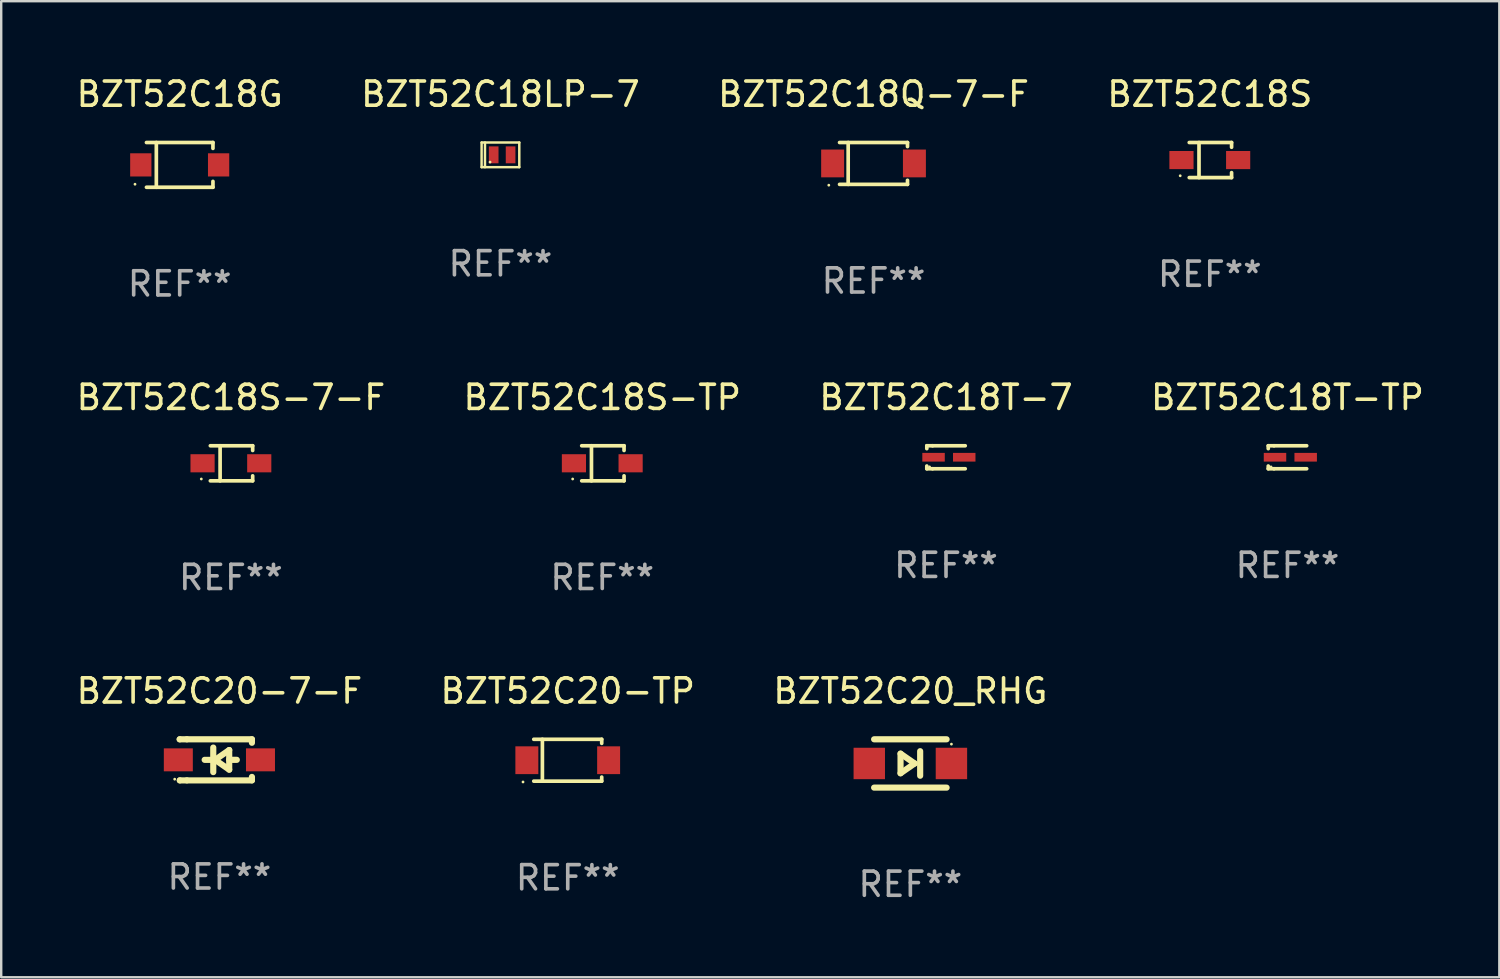
<source format=kicad_pcb>
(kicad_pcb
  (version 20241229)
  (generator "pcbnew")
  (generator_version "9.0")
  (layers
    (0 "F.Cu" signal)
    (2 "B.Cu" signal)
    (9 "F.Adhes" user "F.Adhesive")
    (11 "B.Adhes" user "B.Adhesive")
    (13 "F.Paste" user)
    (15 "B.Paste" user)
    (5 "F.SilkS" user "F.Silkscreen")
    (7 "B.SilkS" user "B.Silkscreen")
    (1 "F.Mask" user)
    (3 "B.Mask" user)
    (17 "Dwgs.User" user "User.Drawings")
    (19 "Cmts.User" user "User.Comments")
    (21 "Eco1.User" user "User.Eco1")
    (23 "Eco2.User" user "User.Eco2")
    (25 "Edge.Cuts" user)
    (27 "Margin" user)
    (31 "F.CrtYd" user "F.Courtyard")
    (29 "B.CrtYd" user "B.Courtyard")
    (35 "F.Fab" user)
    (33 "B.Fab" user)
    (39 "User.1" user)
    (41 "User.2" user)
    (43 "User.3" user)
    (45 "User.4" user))
  (footprint "BZT52C18LP-7"
    (layer "F.Cu")
    (at 17.661 3.358)
    (property "Reference" "BZT52C18LP-7" (at 0 -2.51 0) (layer "F.SilkS") (effects (font (size 1 1) (thickness 0.15))))
    (attr through_hole)
    (fp_line (start -0.78 -0.51) (end -0.78 0.51) (stroke (width 0.102) (type solid)) (layer "F.SilkS"))
    (fp_line (start -0.78 -0.51) (end 0.78 -0.51) (stroke (width 0.102) (type solid)) (layer "F.SilkS"))
    (fp_line (start -0.78 0.51) (end 0.78 0.51) (stroke (width 0.102) (type solid)) (layer "F.SilkS"))
    (fp_line (start -0.64 -0.51) (end -0.64 0.51) (stroke (width 0.102) (type solid)) (layer "F.SilkS"))
    (fp_line (start 0.78 -0.51) (end 0.78 0.51) (stroke (width 0.102) (type solid)) (layer "F.SilkS"))
    (fp_circle (center -0.43 0.3) (end -0.4 0.3) (stroke (width 0.06) (type solid)) (fill no) (layer "F.SilkS"))
    (fp_text user "REF**" (at 0 4.51 0) (layer "F.Fab") (effects (font (size 1 1) (thickness 0.15))))
    (pad "1" smd rect (at -0.28 0) (size 0.4 0.7) (layers "F.Cu" "F.Mask" "F.Paste"))
    (pad "2" smd rect (at 0.42 0) (size 0.4 0.7) (layers "F.Cu" "F.Mask" "F.Paste")))
  (footprint "BZT52C18S"
    (layer "F.Cu")
    (at 47.018 3.574)
    (property "Reference" "BZT52C18S" (at 0 -2.726 0) (layer "F.SilkS") (effects (font (size 1 1) (thickness 0.15))))
    (attr through_hole)
    (fp_line (start -0.851 -0.726) (end 0.901 -0.726) (stroke (width 0.152) (type solid)) (layer "F.SilkS"))
    (fp_line (start -0.851 0.726) (end 0.901 0.726) (stroke (width 0.152) (type solid)) (layer "F.SilkS"))
    (fp_line (start -0.447 -0.726) (end -0.447 0.726) (stroke (width 0.152) (type solid)) (layer "F.SilkS"))
    (fp_line (start 0.901 -0.726) (end 0.901 -0.53) (stroke (width 0.152) (type solid)) (layer "F.SilkS"))
    (fp_line (start 0.901 0.726) (end 0.901 0.52) (stroke (width 0.152) (type solid)) (layer "F.SilkS"))
    (fp_circle (center -1.225 0.65) (end -1.195 0.65) (stroke (width 0.06) (type solid)) (fill no) (layer "F.SilkS"))
    (fp_text user "REF**" (at 0 4.726 0) (layer "F.Fab") (effects (font (size 1 1) (thickness 0.15))))
    (pad "1" smd rect (at -1.173 0) (size 1 0.75) (layers "F.Cu" "F.Mask" "F.Paste"))
    (pad "2" smd rect (at 1.173 0) (size 1 0.75) (layers "F.Cu" "F.Mask" "F.Paste")))
  (footprint "BZT52C18Q-7-F"
    (layer "F.Cu")
    (at 33.101 3.714)
    (property "Reference" "BZT52C18Q-7-F" (at 0 -2.866 0) (layer "F.SilkS") (effects (font (size 1 1) (thickness 0.15))))
    (attr through_hole)
    (fp_line (start -1.406 -0.866) (end 1.406 -0.866) (stroke (width 0.152) (type solid)) (layer "F.SilkS"))
    (fp_line (start -1.406 0.866) (end 1.406 0.866) (stroke (width 0.152) (type solid)) (layer "F.SilkS"))
    (fp_line (start -1.049 -0.866) (end -1.049 0.866) (stroke (width 0.152) (type solid)) (layer "F.SilkS"))
    (fp_line (start 1.406 -0.866) (end 1.406 -0.698) (stroke (width 0.152) (type solid)) (layer "F.SilkS"))
    (fp_line (start 1.406 0.866) (end 1.406 0.698) (stroke (width 0.152) (type solid)) (layer "F.SilkS"))
    (fp_circle (center -1.851 0.9) (end -1.821 0.9) (stroke (width 0.06) (type solid)) (fill no) (layer "F.SilkS"))
    (fp_text user "REF**" (at 0 4.866 0) (layer "F.Fab") (effects (font (size 1 1) (thickness 0.15))))
    (pad "1" smd rect (at -1.692 0) (size 0.95 1.15) (layers "F.Cu" "F.Mask" "F.Paste"))
    (pad "2" smd rect (at 1.692 0) (size 0.95 1.15) (layers "F.Cu" "F.Mask" "F.Paste")))
  (footprint "BZT52C18S-7-F"
    (layer "F.Cu")
    (at 6.506 16.123)
    (property "Reference" "BZT52C18S-7-F" (at 0 -2.726 0) (layer "F.SilkS") (effects (font (size 1 1) (thickness 0.15))))
    (attr through_hole)
    (fp_line (start -0.851 -0.726) (end 0.901 -0.726) (stroke (width 0.152) (type solid)) (layer "F.SilkS"))
    (fp_line (start -0.851 0.726) (end 0.901 0.726) (stroke (width 0.152) (type solid)) (layer "F.SilkS"))
    (fp_line (start -0.447 -0.726) (end -0.447 0.726) (stroke (width 0.152) (type solid)) (layer "F.SilkS"))
    (fp_line (start 0.901 -0.726) (end 0.901 -0.53) (stroke (width 0.152) (type solid)) (layer "F.SilkS"))
    (fp_line (start 0.901 0.726) (end 0.901 0.52) (stroke (width 0.152) (type solid)) (layer "F.SilkS"))
    (fp_circle (center -1.225 0.65) (end -1.195 0.65) (stroke (width 0.06) (type solid)) (fill no) (layer "F.SilkS"))
    (fp_text user "REF**" (at 0 4.726 0) (layer "F.Fab") (effects (font (size 1 1) (thickness 0.15))))
    (pad "1" smd rect (at -1.173 0) (size 1 0.75) (layers "F.Cu" "F.Mask" "F.Paste"))
    (pad "2" smd rect (at 1.173 0) (size 1 0.75) (layers "F.Cu" "F.Mask" "F.Paste")))
  (footprint "BZT52C18G"
    (layer "F.Cu")
    (at 4.387 3.774)
    (property "Reference" "BZT52C18G" (at 0 -2.926 0) (layer "F.SilkS") (effects (font (size 1 1) (thickness 0.15))))
    (attr through_hole)
    (fp_line (start -1.376 -0.926) (end 1.376 -0.926) (stroke (width 0.152) (type solid)) (layer "F.SilkS"))
    (fp_line (start -1.376 0.926) (end 1.376 0.926) (stroke (width 0.152) (type solid)) (layer "F.SilkS"))
    (fp_line (start -0.967 -0.926) (end -0.967 0.926) (stroke (width 0.152) (type solid)) (layer "F.SilkS"))
    (fp_line (start 1.376 -0.926) (end 1.376 -0.683) (stroke (width 0.152) (type solid)) (layer "F.SilkS"))
    (fp_line (start 1.376 0.926) (end 1.376 0.683) (stroke (width 0.152) (type solid)) (layer "F.SilkS"))
    (fp_circle (center -1.85 0.8) (end -1.82 0.8) (stroke (width 0.06) (type solid)) (fill no) (layer "F.SilkS"))
    (fp_text user "REF**" (at 0 4.926 0) (layer "F.Fab") (effects (font (size 1 1) (thickness 0.15))))
    (pad "1" smd rect (at -1.61 0) (size 0.88 0.96) (layers "F.Cu" "F.Mask" "F.Paste"))
    (pad "2" smd rect (at 1.61 0) (size 0.88 0.96) (layers "F.Cu" "F.Mask" "F.Paste")))
  (footprint "BZT52C18T-7"
    (layer "F.Cu")
    (at 36.101 15.873)
    (property "Reference" "BZT52C18T-7" (at 0 -2.476 0) (layer "F.SilkS") (effects (font (size 1 1) (thickness 0.15))))
    (attr through_hole)
    (fp_line (start -0.795 -0.476) (end -0.795 -0.356) (stroke (width 0.152) (type solid)) (layer "F.SilkS"))
    (fp_line (start -0.795 0.363) (end -0.795 0.476) (stroke (width 0.152) (type solid)) (layer "F.SilkS"))
    (fp_line (start -0.795 0.476) (end -0.557 0.476) (stroke (width 0.152) (type solid)) (layer "F.SilkS"))
    (fp_line (start -0.557 -0.476) (end -0.795 -0.476) (stroke (width 0.152) (type solid)) (layer "F.SilkS"))
    (fp_line (start -0.557 -0.476) (end 0.795 -0.476) (stroke (width 0.152) (type solid)) (layer "F.SilkS"))
    (fp_line (start -0.557 0.476) (end 0.795 0.476) (stroke (width 0.152) (type solid)) (layer "F.SilkS"))
    (fp_circle (center -0.681 0.4) (end -0.651 0.4) (stroke (width 0.06) (type solid)) (fill no) (layer "F.SilkS"))
    (fp_text user "REF**" (at 0 4.476 0) (layer "F.Fab") (effects (font (size 1 1) (thickness 0.15))))
    (pad "1" smd rect (at -0.516 0 180) (size 0.93 0.36) (layers "F.Cu" "F.Mask" "F.Paste"))
    (pad "2" smd rect (at 0.754 0 180) (size 0.93 0.36) (layers "F.Cu" "F.Mask" "F.Paste")))
  (footprint "BZT52C18T-TP"
    (layer "F.Cu")
    (at 50.232 15.873)
    (property "Reference" "BZT52C18T-TP" (at 0 -2.476 0) (layer "F.SilkS") (effects (font (size 1 1) (thickness 0.15))))
    (attr through_hole)
    (fp_line (start -0.795 -0.476) (end -0.795 -0.356) (stroke (width 0.152) (type solid)) (layer "F.SilkS"))
    (fp_line (start -0.795 0.363) (end -0.795 0.476) (stroke (width 0.152) (type solid)) (layer "F.SilkS"))
    (fp_line (start -0.795 0.476) (end -0.557 0.476) (stroke (width 0.152) (type solid)) (layer "F.SilkS"))
    (fp_line (start -0.557 -0.476) (end -0.795 -0.476) (stroke (width 0.152) (type solid)) (layer "F.SilkS"))
    (fp_line (start -0.557 -0.476) (end 0.795 -0.476) (stroke (width 0.152) (type solid)) (layer "F.SilkS"))
    (fp_line (start -0.557 0.476) (end 0.795 0.476) (stroke (width 0.152) (type solid)) (layer "F.SilkS"))
    (fp_circle (center -0.681 0.4) (end -0.651 0.4) (stroke (width 0.06) (type solid)) (fill no) (layer "F.SilkS"))
    (fp_text user "REF**" (at 0 4.476 0) (layer "F.Fab") (effects (font (size 1 1) (thickness 0.15))))
    (pad "1" smd rect (at -0.516 0 180) (size 0.93 0.36) (layers "F.Cu" "F.Mask" "F.Paste"))
    (pad "2" smd rect (at 0.754 0 180) (size 0.93 0.36) (layers "F.Cu" "F.Mask" "F.Paste")))
  (footprint "BZT52C18S-TP"
    (layer "F.Cu")
    (at 21.875 16.123)
    (property "Reference" "BZT52C18S-TP" (at 0 -2.726 0) (layer "F.SilkS") (effects (font (size 1 1) (thickness 0.15))))
    (attr through_hole)
    (fp_line (start -0.851 -0.726) (end 0.901 -0.726) (stroke (width 0.152) (type solid)) (layer "F.SilkS"))
    (fp_line (start -0.851 0.726) (end 0.901 0.726) (stroke (width 0.152) (type solid)) (layer "F.SilkS"))
    (fp_line (start -0.447 -0.726) (end -0.447 0.726) (stroke (width 0.152) (type solid)) (layer "F.SilkS"))
    (fp_line (start 0.901 -0.726) (end 0.901 -0.53) (stroke (width 0.152) (type solid)) (layer "F.SilkS"))
    (fp_line (start 0.901 0.726) (end 0.901 0.52) (stroke (width 0.152) (type solid)) (layer "F.SilkS"))
    (fp_circle (center -1.225 0.65) (end -1.195 0.65) (stroke (width 0.06) (type solid)) (fill no) (layer "F.SilkS"))
    (fp_text user "REF**" (at 0 4.726 0) (layer "F.Fab") (effects (font (size 1 1) (thickness 0.15))))
    (pad "1" smd rect (at -1.173 0) (size 1 0.75) (layers "F.Cu" "F.Mask" "F.Paste"))
    (pad "2" smd rect (at 1.173 0) (size 1 0.75) (layers "F.Cu" "F.Mask" "F.Paste")))
  (footprint "BZT52C20-7-F"
    (layer "F.Cu")
    (at 6.03 28.396)
    (property "Reference" "BZT52C20-7-F" (at 0 -2.85 0) (layer "F.SilkS") (effects (font (size 1 1) (thickness 0.15))))
    (attr through_hole)
    (fp_line (start -1.643 -0.85) (end -1.644 -0.849) (stroke (width 0.254) (type solid)) (layer "F.SilkS"))
    (fp_line (start -1.638 0.85) (end -1.639 0.849) (stroke (width 0.254) (type solid)) (layer "F.SilkS"))
    (fp_line (start -1.346 -0.85) (end -1.643 -0.85) (stroke (width 0.254) (type solid)) (layer "F.SilkS"))
    (fp_line (start -1.346 -0.85) (end 1.346 -0.85) (stroke (width 0.254) (type solid)) (layer "F.SilkS"))
    (fp_line (start -1.346 0.85) (end -1.638 0.85) (stroke (width 0.254) (type solid)) (layer "F.SilkS"))
    (fp_line (start -0.28 0) (end -0.61 0) (stroke (width 0.254) (type solid)) (layer "F.SilkS"))
    (fp_line (start -0.254 -0.508) (end -0.254 0.508) (stroke (width 0.254) (type solid)) (layer "F.SilkS"))
    (fp_line (start -0.178 0) (end 0.406 -0.406) (stroke (width 0.254) (type solid)) (layer "F.SilkS"))
    (fp_line (start 0.406 -0.406) (end 0.406 0.406) (stroke (width 0.254) (type solid)) (layer "F.SilkS"))
    (fp_line (start 0.406 -0.000254) (end 0.72 -0.000254) (stroke (width 0.254) (type solid)) (layer "F.SilkS"))
    (fp_line (start 0.406 0.406) (end -0.178 0) (stroke (width 0.254) (type solid)) (layer "F.SilkS"))
    (fp_line (start 1.346 -0.85) (end 1.346 -0.706) (stroke (width 0.254) (type solid)) (layer "F.SilkS"))
    (fp_line (start 1.346 0.706) (end 1.346 0.85) (stroke (width 0.254) (type solid)) (layer "F.SilkS"))
    (fp_line (start 1.346 0.85) (end -1.346 0.85) (stroke (width 0.254) (type solid)) (layer "F.SilkS"))
    (fp_circle (center -1.85 0.8) (end -1.82 0.8) (stroke (width 0.06) (type solid)) (fill no) (layer "F.SilkS"))
    (fp_text user "REF**" (at 0 4.85 0) (layer "F.Fab") (effects (font (size 1 1) (thickness 0.15))))
    (pad "1" smd rect (at -1.7 0) (size 1.2 0.95) (layers "F.Cu" "F.Mask" "F.Paste"))
    (pad "2" smd rect (at 1.7 0) (size 1.2 0.95) (layers "F.Cu" "F.Mask" "F.Paste")))
  (footprint "BZT52C20-TP"
    (layer "F.Cu")
    (at 20.446 28.412)
    (property "Reference" "BZT52C20-TP" (at 0 -2.866 0) (layer "F.SilkS") (effects (font (size 1 1) (thickness 0.15))))
    (attr through_hole)
    (fp_line (start -1.406 -0.866) (end 1.406 -0.866) (stroke (width 0.152) (type solid)) (layer "F.SilkS"))
    (fp_line (start -1.406 0.866) (end 1.406 0.866) (stroke (width 0.152) (type solid)) (layer "F.SilkS"))
    (fp_line (start -1.049 -0.866) (end -1.049 0.866) (stroke (width 0.152) (type solid)) (layer "F.SilkS"))
    (fp_line (start 1.406 -0.866) (end 1.406 -0.698) (stroke (width 0.152) (type solid)) (layer "F.SilkS"))
    (fp_line (start 1.406 0.866) (end 1.406 0.698) (stroke (width 0.152) (type solid)) (layer "F.SilkS"))
    (fp_circle (center -1.851 0.9) (end -1.821 0.9) (stroke (width 0.06) (type solid)) (fill no) (layer "F.SilkS"))
    (fp_text user "REF**" (at 0 4.866 0) (layer "F.Fab") (effects (font (size 1 1) (thickness 0.15))))
    (pad "1" smd rect (at -1.692 0) (size 0.95 1.15) (layers "F.Cu" "F.Mask" "F.Paste"))
    (pad "2" smd rect (at 1.692 0) (size 0.95 1.15) (layers "F.Cu" "F.Mask" "F.Paste")))
  (footprint "BZT52C20_RHG"
    (layer "F.Cu")
    (at 34.625 28.546)
    (property "Reference" "BZT52C20_RHG" (at 0 -3 0) (layer "F.SilkS") (effects (font (size 1 1) (thickness 0.15))))
    (attr through_hole)
    (fp_line (start -1.5 -1) (end 1.5 -1) (stroke (width 0.254) (type solid)) (layer "F.SilkS"))
    (fp_line (start -0.406 -0.406) (end 0.178 0) (stroke (width 0.254) (type solid)) (layer "F.SilkS"))
    (fp_line (start -0.406 0.406) (end -0.406 -0.406) (stroke (width 0.254) (type solid)) (layer "F.SilkS"))
    (fp_line (start 0.178 0) (end -0.406 0.406) (stroke (width 0.254) (type solid)) (layer "F.SilkS"))
    (fp_line (start 0.406 0.508) (end 0.406 -0.508) (stroke (width 0.254) (type solid)) (layer "F.SilkS"))
    (fp_line (start 1.5 1) (end -1.5 1) (stroke (width 0.254) (type solid)) (layer "F.SilkS"))
    (fp_circle (center 1.7 -0.8) (end 1.73 -0.8) (stroke (width 0.06) (type solid)) (fill no) (layer "F.SilkS"))
    (fp_text user "REF**" (at 0 5 0) (layer "F.Fab") (effects (font (size 1 1) (thickness 0.15))))
    (pad "1" smd rect (at 1.7 0 180) (size 1.3 1.3) (layers "F.Cu" "F.Mask" "F.Paste"))
    (pad "2" smd rect (at -1.7 0 180) (size 1.3 1.3) (layers "F.Cu" "F.Mask" "F.Paste")))
  (gr_rect
    (start -3 -3)
    (end 59 37.394)
    (stroke (width 0.1) (type default))
    (fill no)
    (layer "Edge.Cuts")))
</source>
